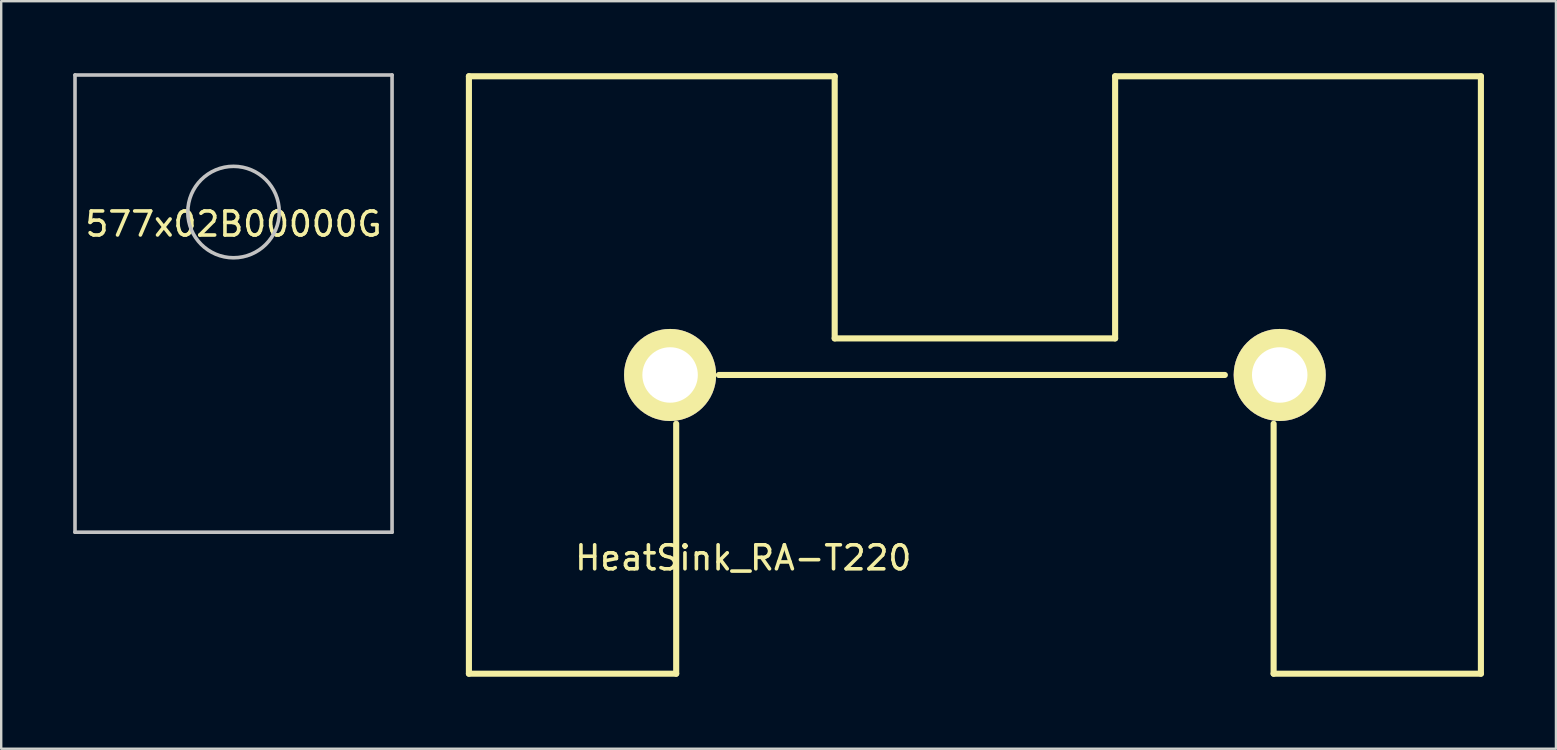
<source format=kicad_pcb>
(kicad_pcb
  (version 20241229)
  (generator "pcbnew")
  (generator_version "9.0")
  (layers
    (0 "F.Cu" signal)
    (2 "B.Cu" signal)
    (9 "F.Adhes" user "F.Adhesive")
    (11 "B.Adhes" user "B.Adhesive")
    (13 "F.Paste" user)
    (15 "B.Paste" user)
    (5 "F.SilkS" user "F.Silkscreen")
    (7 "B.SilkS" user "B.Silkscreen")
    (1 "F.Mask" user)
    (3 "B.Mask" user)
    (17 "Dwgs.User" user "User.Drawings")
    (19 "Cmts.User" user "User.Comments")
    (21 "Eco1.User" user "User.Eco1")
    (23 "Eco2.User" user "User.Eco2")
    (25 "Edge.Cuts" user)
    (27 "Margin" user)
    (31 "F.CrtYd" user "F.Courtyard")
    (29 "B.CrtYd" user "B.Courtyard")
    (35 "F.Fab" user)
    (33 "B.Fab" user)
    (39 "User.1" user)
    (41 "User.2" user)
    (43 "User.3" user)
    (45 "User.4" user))
  (footprint "HeatSink_RA-T220"
    (layer "F.Cu")
    (at 37.569 12.573)
    (property "Reference" "HeatSink_RA-T220" (at -9.652 7.62 0) (layer "F.SilkS") (effects (font (size 1 1) (thickness 0.15))))
    (attr through_hole)
    (fp_line (start -21.082 -12.446) (end -21.082 12.446) (stroke (width 0.254) (type solid)) (layer "F.SilkS"))
    (fp_line (start -21.082 12.446) (end -12.446 12.446) (stroke (width 0.254) (type solid)) (layer "F.SilkS"))
    (fp_line (start -12.446 2.032) (end -12.446 12.446) (stroke (width 0.254) (type solid)) (layer "F.SilkS"))
    (fp_line (start -10.668 0) (end 10.414 0) (stroke (width 0.254) (type solid)) (layer "F.SilkS"))
    (fp_line (start -5.842 -12.446) (end -21.082 -12.446) (stroke (width 0.254) (type solid)) (layer "F.SilkS"))
    (fp_line (start -5.842 -1.524) (end -5.842 -12.446) (stroke (width 0.254) (type solid)) (layer "F.SilkS"))
    (fp_line (start -5.842 -1.524) (end 5.842 -1.524) (stroke (width 0.254) (type solid)) (layer "F.SilkS"))
    (fp_line (start 5.842 -1.524) (end 5.842 -12.446) (stroke (width 0.254) (type solid)) (layer "F.SilkS"))
    (fp_line (start 12.446 12.446) (end 12.446 2.032) (stroke (width 0.254) (type solid)) (layer "F.SilkS"))
    (fp_line (start 12.446 12.446) (end 21.082 12.446) (stroke (width 0.254) (type solid)) (layer "F.SilkS"))
    (fp_line (start 21.082 -12.446) (end 5.842 -12.446) (stroke (width 0.254) (type solid)) (layer "F.SilkS"))
    (fp_line (start 21.082 12.446) (end 21.082 -12.446) (stroke (width 0.254) (type solid)) (layer "F.SilkS"))
    (pad "1" thru_hole circle (at -12.7 0) (size 3.835 3.835) (drill 2.311) (layers "*.Cu" "*.Mask" "F.SilkS"))
    (pad "1" thru_hole circle (at 12.7 0) (size 3.835 3.835) (drill 2.311) (layers "*.Cu" "*.Mask" "F.SilkS")))
  (footprint "577x02B00000G"
    (layer "F.Cu")
    (at 6.68 5.785)
    (property "Reference" "577x02B00000G" (at 0 0.5 0) (layer "F.SilkS") (effects (font (size 1 1) (thickness 0.15))))
    (attr through_hole)
    (fp_line (start -6.605 -5.71) (end -6.605 13.34) (stroke (width 0.15) (type solid)) (layer "Dwgs.User"))
    (fp_line (start -6.605 -5.71) (end 6.605 -5.71) (stroke (width 0.15) (type solid)) (layer "Dwgs.User"))
    (fp_line (start -6.605 13.34) (end 6.605 13.34) (stroke (width 0.15) (type solid)) (layer "Dwgs.User"))
    (fp_line (start 6.605 -5.71) (end 6.605 13.34) (stroke (width 0.15) (type solid)) (layer "Dwgs.User"))
    (fp_circle (center 0 0) (end 1.905 0) (stroke (width 0.15) (type solid)) (fill no) (layer "Dwgs.User")))
  (gr_rect
    (start -3 -3)
    (end 61.778 28.146)
    (stroke (width 0.1) (type default))
    (fill no)
    (layer "Edge.Cuts")))
</source>
